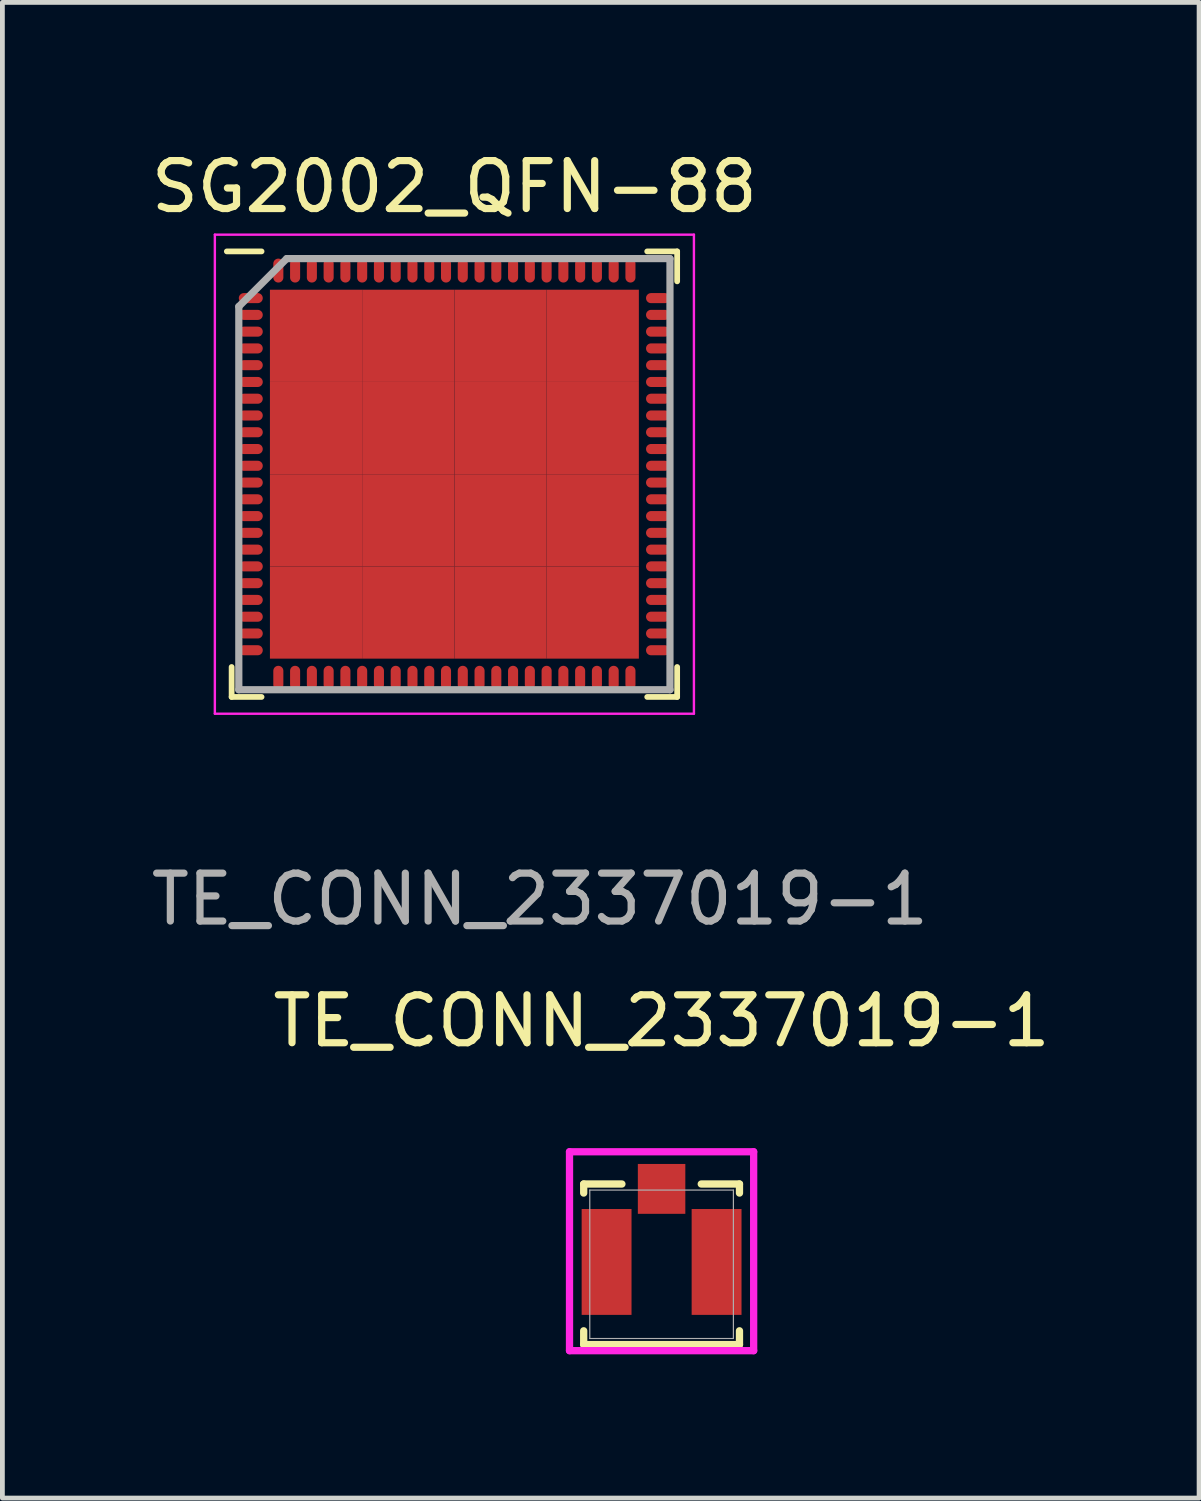
<source format=kicad_pcb>
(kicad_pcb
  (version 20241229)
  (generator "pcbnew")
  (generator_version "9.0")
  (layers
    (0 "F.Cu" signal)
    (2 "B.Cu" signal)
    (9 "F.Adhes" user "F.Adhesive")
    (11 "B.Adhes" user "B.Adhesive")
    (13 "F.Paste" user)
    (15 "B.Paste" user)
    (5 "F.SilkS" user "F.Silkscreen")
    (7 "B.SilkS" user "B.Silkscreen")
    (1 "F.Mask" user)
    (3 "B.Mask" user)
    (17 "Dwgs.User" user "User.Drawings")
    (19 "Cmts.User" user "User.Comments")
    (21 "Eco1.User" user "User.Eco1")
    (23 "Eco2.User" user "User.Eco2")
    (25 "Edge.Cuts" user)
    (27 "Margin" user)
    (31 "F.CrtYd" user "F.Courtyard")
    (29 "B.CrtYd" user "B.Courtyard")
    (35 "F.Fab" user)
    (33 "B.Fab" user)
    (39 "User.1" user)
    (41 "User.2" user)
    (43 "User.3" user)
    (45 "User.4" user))
  (footprint "TE_CONN_2337019-1"
    (layer "F.Cu")
    (at 10.76 23.341)
    (property "Reference" "TE_CONN_2337019-1" (at 0 -5.08 0) (unlocked yes) (layer "F.SilkS") (effects (font (size 1 1) (thickness 0.15))))
    (attr smd)
    (fp_line (start -1.626 -1.676) (end -1.626 -1.487) (stroke (width 0.152) (type solid)) (layer "F.SilkS"))
    (fp_line (start -1.626 1.388) (end -1.626 1.676) (stroke (width 0.152) (type solid)) (layer "F.SilkS"))
    (fp_line (start -1.626 1.676) (end 1.626 1.676) (stroke (width 0.152) (type solid)) (layer "F.SilkS"))
    (fp_line (start -0.828 -1.676) (end -1.626 -1.676) (stroke (width 0.152) (type solid)) (layer "F.SilkS"))
    (fp_line (start 1.626 -1.676) (end 0.828 -1.676) (stroke (width 0.152) (type solid)) (layer "F.SilkS"))
    (fp_line (start 1.626 -1.487) (end 1.626 -1.676) (stroke (width 0.152) (type solid)) (layer "F.SilkS"))
    (fp_line (start 1.626 1.676) (end 1.626 1.388) (stroke (width 0.152) (type solid)) (layer "F.SilkS"))
    (fp_line (start -1.922 -2.349) (end -1.922 1.803) (stroke (width 0.152) (type solid)) (layer "F.CrtYd"))
    (fp_line (start -1.922 1.803) (end 1.922 1.803) (stroke (width 0.152) (type solid)) (layer "F.CrtYd"))
    (fp_line (start 1.922 -2.349) (end -1.922 -2.349) (stroke (width 0.152) (type solid)) (layer "F.CrtYd"))
    (fp_line (start 1.922 1.803) (end 1.922 -2.349) (stroke (width 0.152) (type solid)) (layer "F.CrtYd"))
    (fp_line (start -1.499 -1.549) (end -1.499 1.549) (stroke (width 0.025) (type solid)) (layer "F.Fab"))
    (fp_line (start -1.499 1.549) (end 1.499 1.549) (stroke (width 0.025) (type solid)) (layer "F.Fab"))
    (fp_line (start 1.499 -1.549) (end -1.499 -1.549) (stroke (width 0.025) (type solid)) (layer "F.Fab"))
    (fp_line (start 1.499 1.549) (end 1.499 -1.549) (stroke (width 0.025) (type solid)) (layer "F.Fab"))
    (fp_text user "${REFERENCE}" (at -2.54 -7.62 0) (unlocked yes) (layer "F.Fab") (effects (font (size 1 1) (thickness 0.15))))
    (pad "1" smd rect (at 0 -1.574) (size 0.991 1.041) (layers "F.Cu" "F.Mask" "F.Paste"))
    (pad "2" smd rect (at -1.148 -0.049) (size 1.041 2.21) (layers "F.Cu" "F.Mask" "F.Paste"))
    (pad "3" smd rect (at 1.148 -0.049) (size 1.041 2.21) (layers "F.Cu" "F.Mask" "F.Paste")))
  (footprint "SG2002_QFN-88"
    (layer "F.Cu")
    (at 6.435 6.848)
    (property "Reference" "SG2002_QFN-88" (at 0 -6 0) (layer "F.SilkS") (effects (font (size 1 1) (thickness 0.15))))
    (attr smd)
    (fp_line (start -4.65 4.65) (end -4.65 4.025) (stroke (width 0.12) (type default)) (layer "F.SilkS"))
    (fp_line (start -4.025 -4.65) (end -4.75 -4.65) (stroke (width 0.12) (type default)) (layer "F.SilkS"))
    (fp_line (start -4.025 4.65) (end -4.65 4.65) (stroke (width 0.12) (type default)) (layer "F.SilkS"))
    (fp_line (start 4.025 -4.65) (end 4.65 -4.65) (stroke (width 0.12) (type default)) (layer "F.SilkS"))
    (fp_line (start 4.025 4.65) (end 4.65 4.65) (stroke (width 0.12) (type default)) (layer "F.SilkS"))
    (fp_line (start 4.65 -4.65) (end 4.65 -4.025) (stroke (width 0.12) (type default)) (layer "F.SilkS"))
    (fp_line (start 4.65 4.65) (end 4.65 4.025) (stroke (width 0.12) (type default)) (layer "F.SilkS"))
    (fp_line (start -5 -5) (end 5 -5) (stroke (width 0.05) (type default)) (layer "F.CrtYd"))
    (fp_line (start -5 5) (end -5 -5) (stroke (width 0.05) (type default)) (layer "F.CrtYd"))
    (fp_line (start 5 -5) (end 5 5) (stroke (width 0.05) (type default)) (layer "F.CrtYd"))
    (fp_line (start 5 5) (end -5 5) (stroke (width 0.05) (type default)) (layer "F.CrtYd"))
    (fp_line (start -4.5 -3.5) (end -4.5 4.5) (stroke (width 0.15) (type default)) (layer "F.Fab"))
    (fp_line (start -4.5 4.5) (end 4.5 4.5) (stroke (width 0.15) (type default)) (layer "F.Fab"))
    (fp_line (start -3.5 -4.5) (end -4.5 -3.5) (stroke (width 0.15) (type default)) (layer "F.Fab"))
    (fp_line (start 4.5 -4.5) (end -3.5 -4.5) (stroke (width 0.15) (type default)) (layer "F.Fab"))
    (fp_line (start 4.5 4.5) (end 4.5 -4.5) (stroke (width 0.15) (type default)) (layer "F.Fab"))
    (pad "1" smd oval (at -4.25 -3.675 90) (size 0.21 0.5) (layers "F.Cu" "F.Mask" "F.Paste"))
    (pad "2" smd oval (at -4.25 -3.325 90) (size 0.21 0.5) (layers "F.Cu" "F.Mask" "F.Paste"))
    (pad "3" smd oval (at -4.25 -2.975 90) (size 0.21 0.5) (layers "F.Cu" "F.Mask" "F.Paste"))
    (pad "4" smd oval (at -4.25 -2.625 90) (size 0.21 0.5) (layers "F.Cu" "F.Mask" "F.Paste"))
    (pad "5" smd oval (at -4.25 -2.275 90) (size 0.21 0.5) (layers "F.Cu" "F.Mask" "F.Paste"))
    (pad "6" smd oval (at -4.25 -1.925 90) (size 0.21 0.5) (layers "F.Cu" "F.Mask" "F.Paste"))
    (pad "7" smd oval (at -4.25 -1.575 90) (size 0.21 0.5) (layers "F.Cu" "F.Mask" "F.Paste"))
    (pad "8" smd oval (at -4.25 -1.225 90) (size 0.21 0.5) (layers "F.Cu" "F.Mask" "F.Paste"))
    (pad "9" smd oval (at -4.25 -0.875 90) (size 0.21 0.5) (layers "F.Cu" "F.Mask" "F.Paste"))
    (pad "10" smd oval (at -4.25 -0.525 90) (size 0.21 0.5) (layers "F.Cu" "F.Mask" "F.Paste"))
    (pad "11" smd oval (at -4.25 -0.175 90) (size 0.21 0.5) (layers "F.Cu" "F.Mask" "F.Paste"))
    (pad "12" smd oval (at -4.25 0.175 90) (size 0.21 0.5) (layers "F.Cu" "F.Mask" "F.Paste"))
    (pad "13" smd oval (at -4.25 0.525 90) (size 0.21 0.5) (layers "F.Cu" "F.Mask" "F.Paste"))
    (pad "14" smd oval (at -4.25 0.875 90) (size 0.21 0.5) (layers "F.Cu" "F.Mask" "F.Paste"))
    (pad "15" smd oval (at -4.25 1.225 90) (size 0.21 0.5) (layers "F.Cu" "F.Mask" "F.Paste"))
    (pad "16" smd oval (at -4.25 1.575 90) (size 0.21 0.5) (layers "F.Cu" "F.Mask" "F.Paste"))
    (pad "17" smd oval (at -4.25 1.925 90) (size 0.21 0.5) (layers "F.Cu" "F.Mask" "F.Paste"))
    (pad "18" smd oval (at -4.25 2.275 90) (size 0.21 0.5) (layers "F.Cu" "F.Mask" "F.Paste"))
    (pad "19" smd oval (at -4.25 2.625 90) (size 0.21 0.5) (layers "F.Cu" "F.Mask" "F.Paste"))
    (pad "20" smd oval (at -4.25 2.975 90) (size 0.21 0.5) (layers "F.Cu" "F.Mask" "F.Paste"))
    (pad "21" smd oval (at -4.25 3.325 90) (size 0.21 0.5) (layers "F.Cu" "F.Mask" "F.Paste"))
    (pad "22" smd oval (at -4.25 3.675 90) (size 0.21 0.5) (layers "F.Cu" "F.Mask" "F.Paste"))
    (pad "23" smd oval (at -3.675 4.25) (size 0.21 0.5) (layers "F.Cu" "F.Mask" "F.Paste"))
    (pad "24" smd oval (at -3.325 4.25) (size 0.21 0.5) (layers "F.Cu" "F.Mask" "F.Paste"))
    (pad "25" smd oval (at -2.975 4.25) (size 0.21 0.5) (layers "F.Cu" "F.Mask" "F.Paste"))
    (pad "26" smd oval (at -2.625 4.25) (size 0.21 0.5) (layers "F.Cu" "F.Mask" "F.Paste"))
    (pad "27" smd oval (at -2.275 4.25) (size 0.21 0.5) (layers "F.Cu" "F.Mask" "F.Paste"))
    (pad "28" smd oval (at -1.925 4.25) (size 0.21 0.5) (layers "F.Cu" "F.Mask" "F.Paste"))
    (pad "29" smd oval (at -1.575 4.25) (size 0.21 0.5) (layers "F.Cu" "F.Mask" "F.Paste"))
    (pad "30" smd oval (at -1.225 4.25) (size 0.21 0.5) (layers "F.Cu" "F.Mask" "F.Paste"))
    (pad "31" smd oval (at -0.875 4.25) (size 0.21 0.5) (layers "F.Cu" "F.Mask" "F.Paste"))
    (pad "32" smd oval (at -0.525 4.25) (size 0.21 0.5) (layers "F.Cu" "F.Mask" "F.Paste"))
    (pad "33" smd oval (at -0.175 4.25) (size 0.21 0.5) (layers "F.Cu" "F.Mask" "F.Paste"))
    (pad "34" smd oval (at 0.175 4.25) (size 0.21 0.5) (layers "F.Cu" "F.Mask" "F.Paste"))
    (pad "35" smd oval (at 0.525 4.25) (size 0.21 0.5) (layers "F.Cu" "F.Mask" "F.Paste"))
    (pad "36" smd oval (at 0.875 4.25) (size 0.21 0.5) (layers "F.Cu" "F.Mask" "F.Paste"))
    (pad "37" smd oval (at 1.225 4.25) (size 0.21 0.5) (layers "F.Cu" "F.Mask" "F.Paste"))
    (pad "38" smd oval (at 1.575 4.25) (size 0.21 0.5) (layers "F.Cu" "F.Mask" "F.Paste"))
    (pad "39" smd oval (at 1.925 4.25) (size 0.21 0.5) (layers "F.Cu" "F.Mask" "F.Paste"))
    (pad "40" smd oval (at 2.275 4.25) (size 0.21 0.5) (layers "F.Cu" "F.Mask" "F.Paste"))
    (pad "41" smd oval (at 2.625 4.25) (size 0.21 0.5) (layers "F.Cu" "F.Mask" "F.Paste"))
    (pad "42" smd oval (at 2.975 4.25) (size 0.21 0.5) (layers "F.Cu" "F.Mask" "F.Paste"))
    (pad "43" smd oval (at 3.325 4.25) (size 0.21 0.5) (layers "F.Cu" "F.Mask" "F.Paste"))
    (pad "44" smd oval (at 3.675 4.25) (size 0.21 0.5) (layers "F.Cu" "F.Mask" "F.Paste"))
    (pad "45" smd oval (at 4.25 3.675 90) (size 0.21 0.5) (layers "F.Cu" "F.Mask" "F.Paste"))
    (pad "46" smd oval (at 4.25 3.325 90) (size 0.21 0.5) (layers "F.Cu" "F.Mask" "F.Paste"))
    (pad "47" smd oval (at 4.25 2.975 90) (size 0.21 0.5) (layers "F.Cu" "F.Mask" "F.Paste"))
    (pad "48" smd oval (at 4.25 2.625 90) (size 0.21 0.5) (layers "F.Cu" "F.Mask" "F.Paste"))
    (pad "49" smd oval (at 4.25 2.275 90) (size 0.21 0.5) (layers "F.Cu" "F.Mask" "F.Paste"))
    (pad "50" smd oval (at 4.25 1.925 90) (size 0.21 0.5) (layers "F.Cu" "F.Mask" "F.Paste"))
    (pad "51" smd oval (at 4.25 1.575 90) (size 0.21 0.5) (layers "F.Cu" "F.Mask" "F.Paste"))
    (pad "52" smd oval (at 4.25 1.225 90) (size 0.21 0.5) (layers "F.Cu" "F.Mask" "F.Paste"))
    (pad "53" smd oval (at 4.25 0.875 90) (size 0.21 0.5) (layers "F.Cu" "F.Mask" "F.Paste"))
    (pad "54" smd oval (at 4.25 0.525 90) (size 0.21 0.5) (layers "F.Cu" "F.Mask" "F.Paste"))
    (pad "55" smd oval (at 4.25 0.175 90) (size 0.21 0.5) (layers "F.Cu" "F.Mask" "F.Paste"))
    (pad "56" smd oval (at 4.25 -0.175 90) (size 0.21 0.5) (layers "F.Cu" "F.Mask" "F.Paste"))
    (pad "57" smd oval (at 4.25 -0.525 90) (size 0.21 0.5) (layers "F.Cu" "F.Mask" "F.Paste"))
    (pad "58" smd oval (at 4.25 -0.875 90) (size 0.21 0.5) (layers "F.Cu" "F.Mask" "F.Paste"))
    (pad "59" smd oval (at 4.25 -1.225 90) (size 0.21 0.5) (layers "F.Cu" "F.Mask" "F.Paste"))
    (pad "60" smd oval (at 4.25 -1.575 90) (size 0.21 0.5) (layers "F.Cu" "F.Mask" "F.Paste"))
    (pad "61" smd oval (at 4.25 -1.925 90) (size 0.21 0.5) (layers "F.Cu" "F.Mask" "F.Paste"))
    (pad "62" smd oval (at 4.25 -2.275 90) (size 0.21 0.5) (layers "F.Cu" "F.Mask" "F.Paste"))
    (pad "63" smd oval (at 4.25 -2.625 90) (size 0.21 0.5) (layers "F.Cu" "F.Mask" "F.Paste"))
    (pad "64" smd oval (at 4.25 -2.975 90) (size 0.21 0.5) (layers "F.Cu" "F.Mask" "F.Paste"))
    (pad "65" smd oval (at 4.25 -3.325 90) (size 0.21 0.5) (layers "F.Cu" "F.Mask" "F.Paste"))
    (pad "66" smd oval (at 4.25 -3.675 90) (size 0.21 0.5) (layers "F.Cu" "F.Mask" "F.Paste"))
    (pad "67" smd oval (at 3.675 -4.25) (size 0.21 0.5) (layers "F.Cu" "F.Mask" "F.Paste"))
    (pad "68" smd oval (at 3.325 -4.25) (size 0.21 0.5) (layers "F.Cu" "F.Mask" "F.Paste"))
    (pad "69" smd oval (at 2.975 -4.25) (size 0.21 0.5) (layers "F.Cu" "F.Mask" "F.Paste"))
    (pad "70" smd oval (at 2.625 -4.25) (size 0.21 0.5) (layers "F.Cu" "F.Mask" "F.Paste"))
    (pad "71" smd oval (at 2.275 -4.25) (size 0.21 0.5) (layers "F.Cu" "F.Mask" "F.Paste"))
    (pad "72" smd oval (at 1.925 -4.25) (size 0.21 0.5) (layers "F.Cu" "F.Mask" "F.Paste"))
    (pad "73" smd oval (at 1.575 -4.25) (size 0.21 0.5) (layers "F.Cu" "F.Mask" "F.Paste"))
    (pad "74" smd oval (at 1.225 -4.25) (size 0.21 0.5) (layers "F.Cu" "F.Mask" "F.Paste"))
    (pad "75" smd oval (at 0.875 -4.25) (size 0.21 0.5) (layers "F.Cu" "F.Mask" "F.Paste"))
    (pad "76" smd oval (at 0.525 -4.25) (size 0.21 0.5) (layers "F.Cu" "F.Mask" "F.Paste"))
    (pad "77" smd oval (at 0.175 -4.25) (size 0.21 0.5) (layers "F.Cu" "F.Mask" "F.Paste"))
    (pad "78" smd oval (at -0.175 -4.25) (size 0.21 0.5) (layers "F.Cu" "F.Mask" "F.Paste"))
    (pad "79" smd oval (at -0.525 -4.25) (size 0.21 0.5) (layers "F.Cu" "F.Mask" "F.Paste"))
    (pad "80" smd oval (at -0.875 -4.25) (size 0.21 0.5) (layers "F.Cu" "F.Mask" "F.Paste"))
    (pad "81" smd oval (at -1.225 -4.25) (size 0.21 0.5) (layers "F.Cu" "F.Mask" "F.Paste"))
    (pad "82" smd oval (at -1.575 -4.25) (size 0.21 0.5) (layers "F.Cu" "F.Mask" "F.Paste"))
    (pad "83" smd oval (at -1.925 -4.25) (size 0.21 0.5) (layers "F.Cu" "F.Mask" "F.Paste"))
    (pad "84" smd oval (at -2.275 -4.25) (size 0.21 0.5) (layers "F.Cu" "F.Mask" "F.Paste"))
    (pad "85" smd oval (at -2.625 -4.25) (size 0.21 0.5) (layers "F.Cu" "F.Mask" "F.Paste"))
    (pad "86" smd oval (at -2.975 -4.25) (size 0.21 0.5) (layers "F.Cu" "F.Mask" "F.Paste"))
    (pad "87" smd oval (at -3.325 -4.25) (size 0.21 0.5) (layers "F.Cu" "F.Mask" "F.Paste"))
    (pad "88" smd oval (at -3.675 -4.25) (size 0.21 0.5) (layers "F.Cu" "F.Mask" "F.Paste"))
    (pad "89" smd rect (at -2.888 -2.888) (size 1.925 1.925) (layers "F.Cu" "F.Mask" "F.Paste"))
    (pad "89" smd rect (at -2.888 -0.963) (size 1.925 1.925) (layers "F.Cu" "F.Mask" "F.Paste"))
    (pad "89" smd rect (at -2.888 0.963) (size 1.925 1.925) (layers "F.Cu" "F.Mask" "F.Paste"))
    (pad "89" smd rect (at -2.888 2.888) (size 1.925 1.925) (layers "F.Cu" "F.Mask" "F.Paste"))
    (pad "89" smd rect (at -0.963 -2.888) (size 1.925 1.925) (layers "F.Cu" "F.Mask" "F.Paste"))
    (pad "89" smd rect (at -0.963 -0.963) (size 1.925 1.925) (layers "F.Cu" "F.Mask" "F.Paste"))
    (pad "89" smd rect (at -0.963 0.963) (size 1.925 1.925) (layers "F.Cu" "F.Mask" "F.Paste"))
    (pad "89" smd rect (at -0.963 2.888) (size 1.925 1.925) (layers "F.Cu" "F.Mask" "F.Paste"))
    (pad "89" smd rect (at 0.963 -2.888) (size 1.925 1.925) (layers "F.Cu" "F.Mask" "F.Paste"))
    (pad "89" smd rect (at 0.963 -0.963) (size 1.925 1.925) (layers "F.Cu" "F.Mask" "F.Paste"))
    (pad "89" smd rect (at 0.963 0.963) (size 1.925 1.925) (layers "F.Cu" "F.Mask" "F.Paste"))
    (pad "89" smd rect (at 0.963 2.888) (size 1.925 1.925) (layers "F.Cu" "F.Mask" "F.Paste"))
    (pad "89" smd rect (at 2.888 -2.888) (size 1.925 1.925) (layers "F.Cu" "F.Mask" "F.Paste"))
    (pad "89" smd rect (at 2.888 -0.963) (size 1.925 1.925) (layers "F.Cu" "F.Mask" "F.Paste"))
    (pad "89" smd rect (at 2.888 0.963) (size 1.925 1.925) (layers "F.Cu" "F.Mask" "F.Paste"))
    (pad "89" smd rect (at 2.888 2.888) (size 1.925 1.925) (layers "F.Cu" "F.Mask" "F.Paste")))
  (gr_rect
    (start -3 -3)
    (end 21.98 28.221)
    (stroke (width 0.1) (type default))
    (fill no)
    (layer "Edge.Cuts")))
</source>
